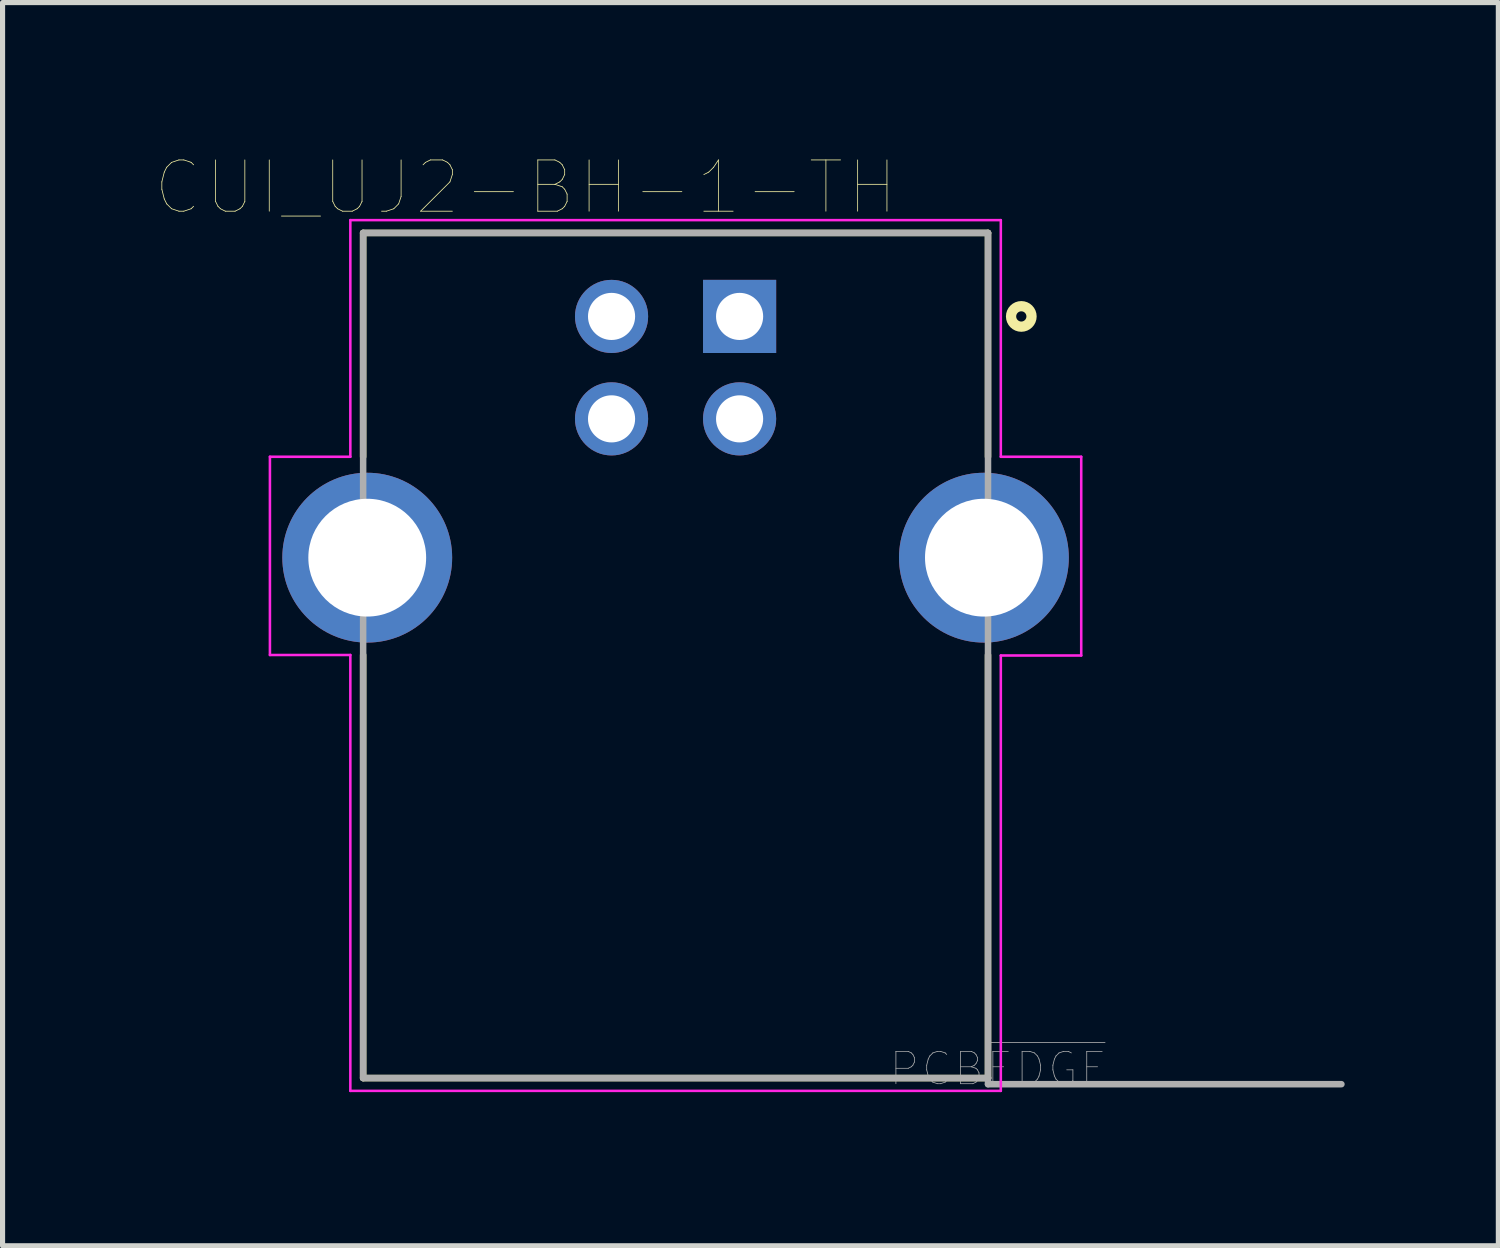
<source format=kicad_pcb>
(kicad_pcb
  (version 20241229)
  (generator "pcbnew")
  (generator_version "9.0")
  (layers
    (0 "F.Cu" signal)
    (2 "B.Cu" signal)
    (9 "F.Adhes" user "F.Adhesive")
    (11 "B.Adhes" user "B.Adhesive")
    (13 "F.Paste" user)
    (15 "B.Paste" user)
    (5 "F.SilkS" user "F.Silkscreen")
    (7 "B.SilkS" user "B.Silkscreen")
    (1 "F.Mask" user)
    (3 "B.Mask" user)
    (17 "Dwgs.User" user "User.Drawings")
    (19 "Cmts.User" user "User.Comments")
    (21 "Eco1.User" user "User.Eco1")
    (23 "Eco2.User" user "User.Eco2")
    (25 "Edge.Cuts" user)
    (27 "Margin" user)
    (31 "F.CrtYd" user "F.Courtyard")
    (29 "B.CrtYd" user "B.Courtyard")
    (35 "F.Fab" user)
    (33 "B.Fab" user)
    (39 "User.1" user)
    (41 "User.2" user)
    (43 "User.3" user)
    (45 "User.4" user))
  (footprint "CUI_UJ2-BH-1-TH"
    (layer "F.Cu")
    (at 11.39 3.128)
    (property "Reference" "CUI_UJ2-BH-1-TH" (at -4.178 -2.517 0) (layer "F.SilkS") (effects (font (size 1.001 1.001) (thickness 0.015))))
    (attr through_hole)
    (fp_line (start -7.35 -1.63) (end 4.85 -1.63) (stroke (width 0.127) (type solid)) (layer "F.SilkS"))
    (fp_line (start -7.35 2.74) (end -7.35 -1.63) (stroke (width 0.127) (type solid)) (layer "F.SilkS"))
    (fp_line (start -7.35 6.61) (end -7.35 14.87) (stroke (width 0.127) (type solid)) (layer "F.SilkS"))
    (fp_line (start -7.35 14.87) (end 4.85 14.87) (stroke (width 0.127) (type solid)) (layer "F.SilkS"))
    (fp_line (start 4.85 -1.63) (end 4.85 2.74) (stroke (width 0.127) (type solid)) (layer "F.SilkS"))
    (fp_line (start 4.85 14.87) (end 4.85 6.61) (stroke (width 0.127) (type solid)) (layer "F.SilkS"))
    (fp_circle (center 5.5 0) (end 5.7 0) (stroke (width 0.2) (type solid)) (fill no) (layer "F.SilkS"))
    (fp_line (start -9.17 2.74) (end -7.6 2.74) (stroke (width 0.05) (type solid)) (layer "F.CrtYd"))
    (fp_line (start -9.17 6.61) (end -9.17 2.74) (stroke (width 0.05) (type solid)) (layer "F.CrtYd"))
    (fp_line (start -7.6 -1.88) (end 5.1 -1.88) (stroke (width 0.05) (type solid)) (layer "F.CrtYd"))
    (fp_line (start -7.6 2.74) (end -7.6 -1.88) (stroke (width 0.05) (type solid)) (layer "F.CrtYd"))
    (fp_line (start -7.6 6.61) (end -9.17 6.61) (stroke (width 0.05) (type solid)) (layer "F.CrtYd"))
    (fp_line (start -7.6 15.12) (end -7.6 6.61) (stroke (width 0.05) (type solid)) (layer "F.CrtYd"))
    (fp_line (start 5.1 -1.88) (end 5.1 2.74) (stroke (width 0.05) (type solid)) (layer "F.CrtYd"))
    (fp_line (start 5.1 2.74) (end 6.67 2.74) (stroke (width 0.05) (type solid)) (layer "F.CrtYd"))
    (fp_line (start 5.1 6.62) (end 5.1 15.12) (stroke (width 0.05) (type solid)) (layer "F.CrtYd"))
    (fp_line (start 5.1 15.12) (end -7.6 15.12) (stroke (width 0.05) (type solid)) (layer "F.CrtYd"))
    (fp_line (start 6.67 2.74) (end 6.67 6.62) (stroke (width 0.05) (type solid)) (layer "F.CrtYd"))
    (fp_line (start 6.67 6.62) (end 5.1 6.62) (stroke (width 0.05) (type solid)) (layer "F.CrtYd"))
    (fp_line (start -7.35 -1.63) (end 4.85 -1.63) (stroke (width 0.127) (type solid)) (layer "F.Fab"))
    (fp_line (start -7.35 14.87) (end -7.35 -1.63) (stroke (width 0.127) (type solid)) (layer "F.Fab"))
    (fp_line (start 4.85 -1.63) (end 4.85 14.87) (stroke (width 0.127) (type solid)) (layer "F.Fab"))
    (fp_line (start 4.85 14.87) (end -7.35 14.87) (stroke (width 0.127) (type solid)) (layer "F.Fab"))
    (fp_line (start 4.85 14.87) (end 4.85 14.99) (stroke (width 0.127) (type solid)) (layer "F.Fab"))
    (fp_line (start 4.85 14.99) (end 11.75 14.99) (stroke (width 0.127) (type solid)) (layer "F.Fab"))
    (fp_circle (center 0 0) (end 0.2 0) (stroke (width 0.4) (type solid)) (fill no) (layer "F.Fab"))
    (fp_text user "PCB~{EDGE}" (at 5.05 14.689 0) (layer "F.Fab") (effects (font (size 0.631 0.631) (thickness 0.015))))
    (pad "1" thru_hole rect (at 0 0) (size 1.428 1.428) (drill 0.92) (layers "*.Cu" "*.Mask"))
    (pad "2" thru_hole circle (at -2.5 0) (size 1.428 1.428) (drill 0.92) (layers "*.Cu" "*.Mask"))
    (pad "3" thru_hole circle (at -2.5 2) (size 1.428 1.428) (drill 0.92) (layers "*.Cu" "*.Mask"))
    (pad "4" thru_hole circle (at 0 2) (size 1.428 1.428) (drill 0.92) (layers "*.Cu" "*.Mask"))
    (pad "5" thru_hole circle (at -7.27 4.71) (size 3.316 3.316) (drill 2.3) (layers "*.Cu" "*.Mask"))
    (pad "5" thru_hole circle (at 4.77 4.71) (size 3.316 3.316) (drill 2.3) (layers "*.Cu" "*.Mask")))
  (gr_rect
    (start -3 -3)
    (end 26.204 21.273)
    (stroke (width 0.1) (type default))
    (fill no)
    (layer "Edge.Cuts")))
</source>
